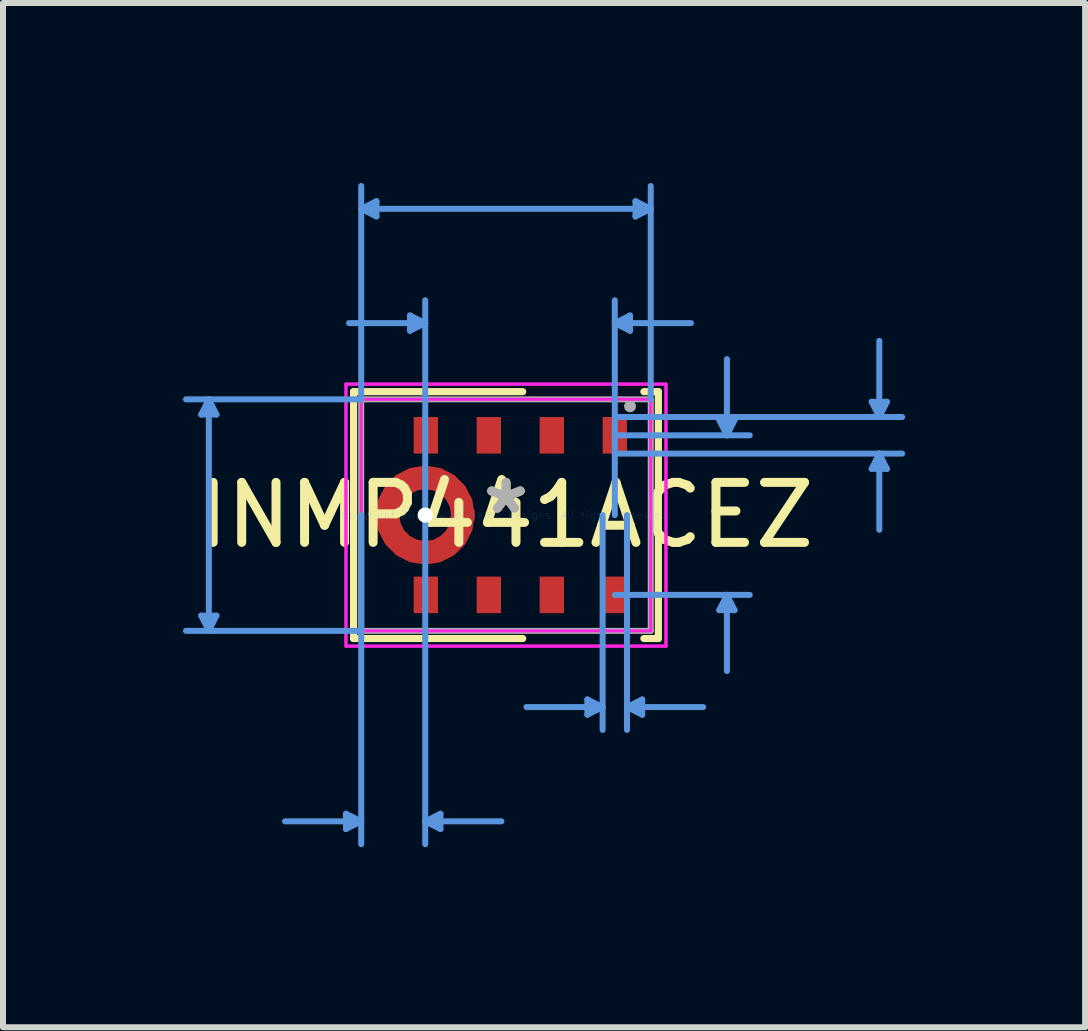
<source format=kicad_pcb>
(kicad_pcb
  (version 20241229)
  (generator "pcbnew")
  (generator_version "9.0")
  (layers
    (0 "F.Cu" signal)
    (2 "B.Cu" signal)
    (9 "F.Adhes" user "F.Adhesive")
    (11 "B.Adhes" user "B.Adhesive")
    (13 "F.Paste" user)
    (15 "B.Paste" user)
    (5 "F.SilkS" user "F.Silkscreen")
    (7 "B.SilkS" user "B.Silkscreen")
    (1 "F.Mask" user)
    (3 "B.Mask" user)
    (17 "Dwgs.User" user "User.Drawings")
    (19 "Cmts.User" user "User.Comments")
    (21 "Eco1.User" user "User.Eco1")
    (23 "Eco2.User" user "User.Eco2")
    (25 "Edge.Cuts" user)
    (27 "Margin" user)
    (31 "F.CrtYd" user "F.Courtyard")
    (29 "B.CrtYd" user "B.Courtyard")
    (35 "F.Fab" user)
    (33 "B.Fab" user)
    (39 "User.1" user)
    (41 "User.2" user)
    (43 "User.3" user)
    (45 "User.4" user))
  (footprint "INMP441ACEZ"
    (layer "F.Cu")
    (at 5.384 5.536)
    (property "Reference" "INMP441ACEZ" (at 0 0 0) (layer "F.SilkS") (effects (font (size 1 1) (thickness 0.15))))
    (attr through_hole)
    (fp_poly (pts (xy -0.574 -0.068) (xy -0.572 0) (xy -0.609 0.239) (xy -0.719 0.455) (xy -0.891 0.627) (xy -1.107 0.737) (xy -1.346 0.775) (xy -1.586 0.737) (xy -1.802 0.627) (xy -1.973 0.455) (xy -2.083 0.239) (xy -2.121 0) (xy -2.118 -0.068) (xy -1.827 -0.042) (xy -1.829 0) (xy -1.805 0.149) (xy -1.737 0.284) (xy -1.63 0.39) (xy -1.495 0.459) (xy -1.346 0.483) (xy -1.197 0.459) (xy -1.063 0.39) (xy -0.956 0.284) (xy -0.887 0.149) (xy -0.864 0) (xy -0.865 -0.042)) (stroke (width 0.1) (type solid)) (fill yes) (layer "F.Cu"))
    (fp_poly (pts (xy -0.574 0.068) (xy -0.572 0) (xy -0.609 -0.239) (xy -0.719 -0.455) (xy -0.891 -0.627) (xy -1.107 -0.737) (xy -1.346 -0.775) (xy -1.586 -0.737) (xy -1.802 -0.627) (xy -1.973 -0.455) (xy -2.083 -0.239) (xy -2.121 0) (xy -2.118 0.068) (xy -1.827 0.042) (xy -1.829 0) (xy -1.805 -0.149) (xy -1.737 -0.284) (xy -1.63 -0.39) (xy -1.495 -0.459) (xy -1.346 -0.483) (xy -1.197 -0.459) (xy -1.063 -0.39) (xy -0.956 -0.284) (xy -0.887 -0.149) (xy -0.864 0) (xy -0.865 0.042)) (stroke (width 0.1) (type solid)) (fill yes) (layer "F.Cu"))
    (fp_poly (pts (xy -0.574 -0.068) (xy -0.572 0) (xy -0.609 0.239) (xy -0.719 0.455) (xy -0.891 0.627) (xy -1.107 0.737) (xy -1.346 0.775) (xy -1.586 0.737) (xy -1.802 0.627) (xy -1.973 0.455) (xy -2.083 0.239) (xy -2.121 0) (xy -2.118 -0.068) (xy -1.827 -0.042) (xy -1.829 0) (xy -1.805 0.149) (xy -1.737 0.284) (xy -1.63 0.39) (xy -1.495 0.459) (xy -1.346 0.483) (xy -1.197 0.459) (xy -1.063 0.39) (xy -0.956 0.284) (xy -0.887 0.149) (xy -0.864 0) (xy -0.865 -0.042)) (stroke (width 0.1) (type solid)) (fill yes) (layer "F.Mask"))
    (fp_poly (pts (xy -0.574 0.068) (xy -0.572 0) (xy -0.609 -0.239) (xy -0.719 -0.455) (xy -0.891 -0.627) (xy -1.107 -0.737) (xy -1.346 -0.775) (xy -1.586 -0.737) (xy -1.802 -0.627) (xy -1.973 -0.455) (xy -2.083 -0.239) (xy -2.121 0) (xy -2.118 0.068) (xy -1.827 0.042) (xy -1.829 0) (xy -1.805 -0.149) (xy -1.737 -0.284) (xy -1.63 -0.39) (xy -1.495 -0.459) (xy -1.346 -0.483) (xy -1.197 -0.459) (xy -1.063 -0.39) (xy -0.956 -0.284) (xy -0.887 -0.149) (xy -0.864 0) (xy -0.865 0.042)) (stroke (width 0.1) (type solid)) (fill yes) (layer "F.Mask"))
    (fp_line (start -2.54 -2.057) (end -2.54 2.057) (stroke (width 0.12) (type solid)) (layer "F.SilkS"))
    (fp_line (start -2.54 2.057) (end 0.279 2.057) (stroke (width 0.12) (type solid)) (layer "F.SilkS"))
    (fp_line (start 0.279 -2.057) (end -2.54 -2.057) (stroke (width 0.12) (type solid)) (layer "F.SilkS"))
    (fp_line (start 2.299 2.057) (end 2.54 2.057) (stroke (width 0.12) (type solid)) (layer "F.SilkS"))
    (fp_line (start 2.54 -2.057) (end 2.299 -2.057) (stroke (width 0.12) (type solid)) (layer "F.SilkS"))
    (fp_line (start 2.54 2.057) (end 2.54 -2.057) (stroke (width 0.12) (type solid)) (layer "F.SilkS"))
    (fp_poly (pts (xy -0.574 -0.068) (xy -0.572 0) (xy -0.609 0.239) (xy -0.719 0.455) (xy -0.891 0.627) (xy -1.107 0.737) (xy -1.346 0.775) (xy -1.586 0.737) (xy -1.802 0.627) (xy -1.973 0.455) (xy -2.083 0.239) (xy -2.121 0) (xy -2.118 -0.068) (xy -1.827 -0.042) (xy -1.829 0) (xy -1.805 0.149) (xy -1.737 0.284) (xy -1.63 0.39) (xy -1.495 0.459) (xy -1.346 0.483) (xy -1.197 0.459) (xy -1.063 0.39) (xy -0.956 0.284) (xy -0.887 0.149) (xy -0.864 0) (xy -0.865 -0.042)) (stroke (width 0.1) (type solid)) (fill yes) (layer "F.Paste"))
    (fp_poly (pts (xy -0.574 0.068) (xy -0.572 0) (xy -0.609 -0.239) (xy -0.719 -0.455) (xy -0.891 -0.627) (xy -1.107 -0.737) (xy -1.346 -0.775) (xy -1.586 -0.737) (xy -1.802 -0.627) (xy -1.973 -0.455) (xy -2.083 -0.239) (xy -2.121 0) (xy -2.118 0.068) (xy -1.827 0.042) (xy -1.829 0) (xy -1.805 -0.149) (xy -1.737 -0.284) (xy -1.63 -0.39) (xy -1.495 -0.459) (xy -1.346 -0.483) (xy -1.197 -0.459) (xy -1.063 -0.39) (xy -0.956 -0.284) (xy -0.887 -0.149) (xy -0.864 0) (xy -0.865 0.042)) (stroke (width 0.1) (type solid)) (fill yes) (layer "F.Paste"))
    (fp_line (start -5.08 -1.676) (end -4.826 -1.676) (stroke (width 0.1) (type solid)) (layer "Cmts.User"))
    (fp_line (start -5.08 1.676) (end -4.826 1.676) (stroke (width 0.1) (type solid)) (layer "Cmts.User"))
    (fp_line (start -4.953 -1.93) (end -5.08 -1.676) (stroke (width 0.1) (type solid)) (layer "Cmts.User"))
    (fp_line (start -4.953 -1.93) (end -4.953 1.93) (stroke (width 0.1) (type solid)) (layer "Cmts.User"))
    (fp_line (start -4.953 -1.93) (end -4.826 -1.676) (stroke (width 0.1) (type solid)) (layer "Cmts.User"))
    (fp_line (start -4.953 1.93) (end -5.08 1.676) (stroke (width 0.1) (type solid)) (layer "Cmts.User"))
    (fp_line (start -4.953 1.93) (end -4.826 1.676) (stroke (width 0.1) (type solid)) (layer "Cmts.User"))
    (fp_line (start -2.667 4.978) (end -2.667 5.232) (stroke (width 0.1) (type solid)) (layer "Cmts.User"))
    (fp_line (start -2.413 -5.105) (end -2.159 -5.232) (stroke (width 0.1) (type solid)) (layer "Cmts.User"))
    (fp_line (start -2.413 -5.105) (end -2.159 -4.978) (stroke (width 0.1) (type solid)) (layer "Cmts.User"))
    (fp_line (start -2.413 -5.105) (end 2.413 -5.105) (stroke (width 0.1) (type solid)) (layer "Cmts.User"))
    (fp_line (start -2.413 -1.93) (end -5.334 -1.93) (stroke (width 0.1) (type solid)) (layer "Cmts.User"))
    (fp_line (start -2.413 -1.93) (end -2.413 -5.486) (stroke (width 0.1) (type solid)) (layer "Cmts.User"))
    (fp_line (start -2.413 0) (end -2.413 5.486) (stroke (width 0.1) (type solid)) (layer "Cmts.User"))
    (fp_line (start -2.413 1.93) (end -5.334 1.93) (stroke (width 0.1) (type solid)) (layer "Cmts.User"))
    (fp_line (start -2.413 5.105) (end -3.683 5.105) (stroke (width 0.1) (type solid)) (layer "Cmts.User"))
    (fp_line (start -2.413 5.105) (end -2.667 4.978) (stroke (width 0.1) (type solid)) (layer "Cmts.User"))
    (fp_line (start -2.413 5.105) (end -2.667 5.232) (stroke (width 0.1) (type solid)) (layer "Cmts.User"))
    (fp_line (start -2.159 -5.232) (end -2.159 -4.978) (stroke (width 0.1) (type solid)) (layer "Cmts.User"))
    (fp_line (start -1.6 -3.327) (end -1.6 -3.073) (stroke (width 0.1) (type solid)) (layer "Cmts.User"))
    (fp_line (start -1.346 -3.2) (end -2.616 -3.2) (stroke (width 0.1) (type solid)) (layer "Cmts.User"))
    (fp_line (start -1.346 -3.2) (end -1.6 -3.327) (stroke (width 0.1) (type solid)) (layer "Cmts.User"))
    (fp_line (start -1.346 -3.2) (end -1.6 -3.073) (stroke (width 0.1) (type solid)) (layer "Cmts.User"))
    (fp_line (start -1.346 0) (end -1.346 -3.581) (stroke (width 0.1) (type solid)) (layer "Cmts.User"))
    (fp_line (start -1.346 0) (end -1.346 5.486) (stroke (width 0.1) (type solid)) (layer "Cmts.User"))
    (fp_line (start -1.346 5.105) (end -1.092 4.978) (stroke (width 0.1) (type solid)) (layer "Cmts.User"))
    (fp_line (start -1.346 5.105) (end -1.092 5.232) (stroke (width 0.1) (type solid)) (layer "Cmts.User"))
    (fp_line (start -1.346 5.105) (end -0.076 5.105) (stroke (width 0.1) (type solid)) (layer "Cmts.User"))
    (fp_line (start -1.092 4.978) (end -1.092 5.232) (stroke (width 0.1) (type solid)) (layer "Cmts.User"))
    (fp_line (start 1.357 3.073) (end 1.357 3.327) (stroke (width 0.1) (type solid)) (layer "Cmts.User"))
    (fp_line (start 1.611 0) (end 1.611 3.581) (stroke (width 0.1) (type solid)) (layer "Cmts.User"))
    (fp_line (start 1.611 3.2) (end 0.341 3.2) (stroke (width 0.1) (type solid)) (layer "Cmts.User"))
    (fp_line (start 1.611 3.2) (end 1.357 3.073) (stroke (width 0.1) (type solid)) (layer "Cmts.User"))
    (fp_line (start 1.611 3.2) (end 1.357 3.327) (stroke (width 0.1) (type solid)) (layer "Cmts.User"))
    (fp_line (start 1.814 -3.2) (end 2.068 -3.327) (stroke (width 0.1) (type solid)) (layer "Cmts.User"))
    (fp_line (start 1.814 -3.2) (end 2.068 -3.073) (stroke (width 0.1) (type solid)) (layer "Cmts.User"))
    (fp_line (start 1.814 -3.2) (end 3.084 -3.2) (stroke (width 0.1) (type solid)) (layer "Cmts.User"))
    (fp_line (start 1.814 -1.635) (end 6.604 -1.635) (stroke (width 0.1) (type solid)) (layer "Cmts.User"))
    (fp_line (start 1.814 -1.33) (end 4.064 -1.33) (stroke (width 0.1) (type solid)) (layer "Cmts.User"))
    (fp_line (start 1.814 -1.025) (end 6.604 -1.025) (stroke (width 0.1) (type solid)) (layer "Cmts.User"))
    (fp_line (start 1.814 0) (end 1.814 -3.581) (stroke (width 0.1) (type solid)) (layer "Cmts.User"))
    (fp_line (start 1.814 1.33) (end 4.064 1.33) (stroke (width 0.1) (type solid)) (layer "Cmts.User"))
    (fp_line (start 2.017 0) (end 2.017 3.581) (stroke (width 0.1) (type solid)) (layer "Cmts.User"))
    (fp_line (start 2.017 3.2) (end 2.271 3.073) (stroke (width 0.1) (type solid)) (layer "Cmts.User"))
    (fp_line (start 2.017 3.2) (end 2.271 3.327) (stroke (width 0.1) (type solid)) (layer "Cmts.User"))
    (fp_line (start 2.017 3.2) (end 3.287 3.2) (stroke (width 0.1) (type solid)) (layer "Cmts.User"))
    (fp_line (start 2.068 -3.327) (end 2.068 -3.073) (stroke (width 0.1) (type solid)) (layer "Cmts.User"))
    (fp_line (start 2.159 -5.232) (end 2.159 -4.978) (stroke (width 0.1) (type solid)) (layer "Cmts.User"))
    (fp_line (start 2.271 3.073) (end 2.271 3.327) (stroke (width 0.1) (type solid)) (layer "Cmts.User"))
    (fp_line (start 2.413 -5.105) (end 2.159 -5.232) (stroke (width 0.1) (type solid)) (layer "Cmts.User"))
    (fp_line (start 2.413 -5.105) (end 2.159 -4.978) (stroke (width 0.1) (type solid)) (layer "Cmts.User"))
    (fp_line (start 2.413 -1.93) (end 2.413 -5.486) (stroke (width 0.1) (type solid)) (layer "Cmts.User"))
    (fp_line (start 3.556 -1.584) (end 3.81 -1.584) (stroke (width 0.1) (type solid)) (layer "Cmts.User"))
    (fp_line (start 3.556 1.584) (end 3.81 1.584) (stroke (width 0.1) (type solid)) (layer "Cmts.User"))
    (fp_line (start 3.683 -1.33) (end 3.556 -1.584) (stroke (width 0.1) (type solid)) (layer "Cmts.User"))
    (fp_line (start 3.683 -1.33) (end 3.683 -2.6) (stroke (width 0.1) (type solid)) (layer "Cmts.User"))
    (fp_line (start 3.683 -1.33) (end 3.81 -1.584) (stroke (width 0.1) (type solid)) (layer "Cmts.User"))
    (fp_line (start 3.683 1.33) (end 3.556 1.584) (stroke (width 0.1) (type solid)) (layer "Cmts.User"))
    (fp_line (start 3.683 1.33) (end 3.683 2.6) (stroke (width 0.1) (type solid)) (layer "Cmts.User"))
    (fp_line (start 3.683 1.33) (end 3.81 1.584) (stroke (width 0.1) (type solid)) (layer "Cmts.User"))
    (fp_line (start 6.096 -1.889) (end 6.35 -1.889) (stroke (width 0.1) (type solid)) (layer "Cmts.User"))
    (fp_line (start 6.096 -0.771) (end 6.35 -0.771) (stroke (width 0.1) (type solid)) (layer "Cmts.User"))
    (fp_line (start 6.223 -1.635) (end 6.096 -1.889) (stroke (width 0.1) (type solid)) (layer "Cmts.User"))
    (fp_line (start 6.223 -1.635) (end 6.223 -2.905) (stroke (width 0.1) (type solid)) (layer "Cmts.User"))
    (fp_line (start 6.223 -1.635) (end 6.35 -1.889) (stroke (width 0.1) (type solid)) (layer "Cmts.User"))
    (fp_line (start 6.223 -1.025) (end 6.096 -0.771) (stroke (width 0.1) (type solid)) (layer "Cmts.User"))
    (fp_line (start 6.223 -1.025) (end 6.223 0.245) (stroke (width 0.1) (type solid)) (layer "Cmts.User"))
    (fp_line (start 6.223 -1.025) (end 6.35 -0.771) (stroke (width 0.1) (type solid)) (layer "Cmts.User"))
    (fp_line (start -2.667 -2.184) (end 2.667 -2.184) (stroke (width 0.05) (type solid)) (layer "F.CrtYd"))
    (fp_line (start -2.667 -2.184) (end 2.667 -2.184) (stroke (width 0.05) (type solid)) (layer "F.CrtYd"))
    (fp_line (start -2.667 2.184) (end -2.667 -2.184) (stroke (width 0.05) (type solid)) (layer "F.CrtYd"))
    (fp_line (start -2.667 2.184) (end -2.667 -2.184) (stroke (width 0.05) (type solid)) (layer "F.CrtYd"))
    (fp_line (start -2.413 -1.93) (end 2.413 -1.93) (stroke (width 0.05) (type solid)) (layer "F.CrtYd"))
    (fp_line (start -2.413 1.93) (end -2.413 -1.93) (stroke (width 0.05) (type solid)) (layer "F.CrtYd"))
    (fp_line (start 2.413 -1.93) (end 2.413 1.93) (stroke (width 0.05) (type solid)) (layer "F.CrtYd"))
    (fp_line (start 2.413 1.93) (end -2.413 1.93) (stroke (width 0.05) (type solid)) (layer "F.CrtYd"))
    (fp_line (start 2.667 -2.184) (end 2.667 2.184) (stroke (width 0.05) (type solid)) (layer "F.CrtYd"))
    (fp_line (start 2.667 -2.184) (end 2.667 2.184) (stroke (width 0.05) (type solid)) (layer "F.CrtYd"))
    (fp_line (start 2.667 2.184) (end -2.667 2.184) (stroke (width 0.05) (type solid)) (layer "F.CrtYd"))
    (fp_line (start 2.667 2.184) (end -2.667 2.184) (stroke (width 0.05) (type solid)) (layer "F.CrtYd"))
    (fp_line (start -2.413 -1.93) (end -2.413 1.93) (stroke (width 0.1) (type solid)) (layer "F.Fab"))
    (fp_line (start -2.413 1.93) (end 2.413 1.93) (stroke (width 0.1) (type solid)) (layer "F.Fab"))
    (fp_line (start 2.413 -1.93) (end -2.413 -1.93) (stroke (width 0.1) (type solid)) (layer "F.Fab"))
    (fp_line (start 2.413 1.93) (end 2.413 -1.93) (stroke (width 0.1) (type solid)) (layer "F.Fab"))
    (fp_circle (center 2.068 -1.813) (end 2.068 -1.813) (stroke (width 0.1) (type solid)) (fill no) (layer "F.Fab"))
    (fp_text user "*" (at 0 0 0) (layer "F.SilkS") (effects (font (size 1 1) (thickness 0.15))))
    (fp_text user "Copyright 2021 Accelerated Designs. All rights reserved." (at 0 0 0) (layer "Cmts.User") (effects (font (size 0.127 0.127) (thickness 0.002))))
    (fp_text user "*" (at 0 0 0) (layer "F.Fab") (effects (font (size 1 1) (thickness 0.15))))
    (pad "" np_thru_hole circle (at -1.346 0) (size 0.254 0.254) (drill 0.254) (layers "*.Cu" "*.Mask"))
    (pad "1" smd rect (at 1.814 -1.33) (size 0.406 0.61) (layers "F.Cu" "F.Mask" "F.Paste"))
    (pad "2" smd rect (at 0.764 -1.33) (size 0.406 0.61) (layers "F.Cu" "F.Mask" "F.Paste"))
    (pad "3" smd rect (at -0.286 -1.33) (size 0.406 0.61) (layers "F.Cu" "F.Mask" "F.Paste"))
    (pad "4" smd rect (at -1.336 -1.33) (size 0.406 0.61) (layers "F.Cu" "F.Mask" "F.Paste"))
    (pad "5" smd rect (at -1.975 0) (size 0.051 0.051) (layers "F.Cu" "F.Mask" "F.Paste"))
    (pad "6" smd rect (at -1.336 1.33) (size 0.406 0.61) (layers "F.Cu" "F.Mask" "F.Paste"))
    (pad "7" smd rect (at -0.286 1.33) (size 0.406 0.61) (layers "F.Cu" "F.Mask" "F.Paste"))
    (pad "8" smd rect (at 0.764 1.33) (size 0.406 0.61) (layers "F.Cu" "F.Mask" "F.Paste"))
    (pad "9" smd rect (at 1.814 1.33) (size 0.406 0.61) (layers "F.Cu" "F.Mask" "F.Paste")))
  (gr_rect
    (start -3 -3)
    (end 15.038 14.073)
    (stroke (width 0.1) (type default))
    (fill no)
    (layer "Edge.Cuts")))
</source>
